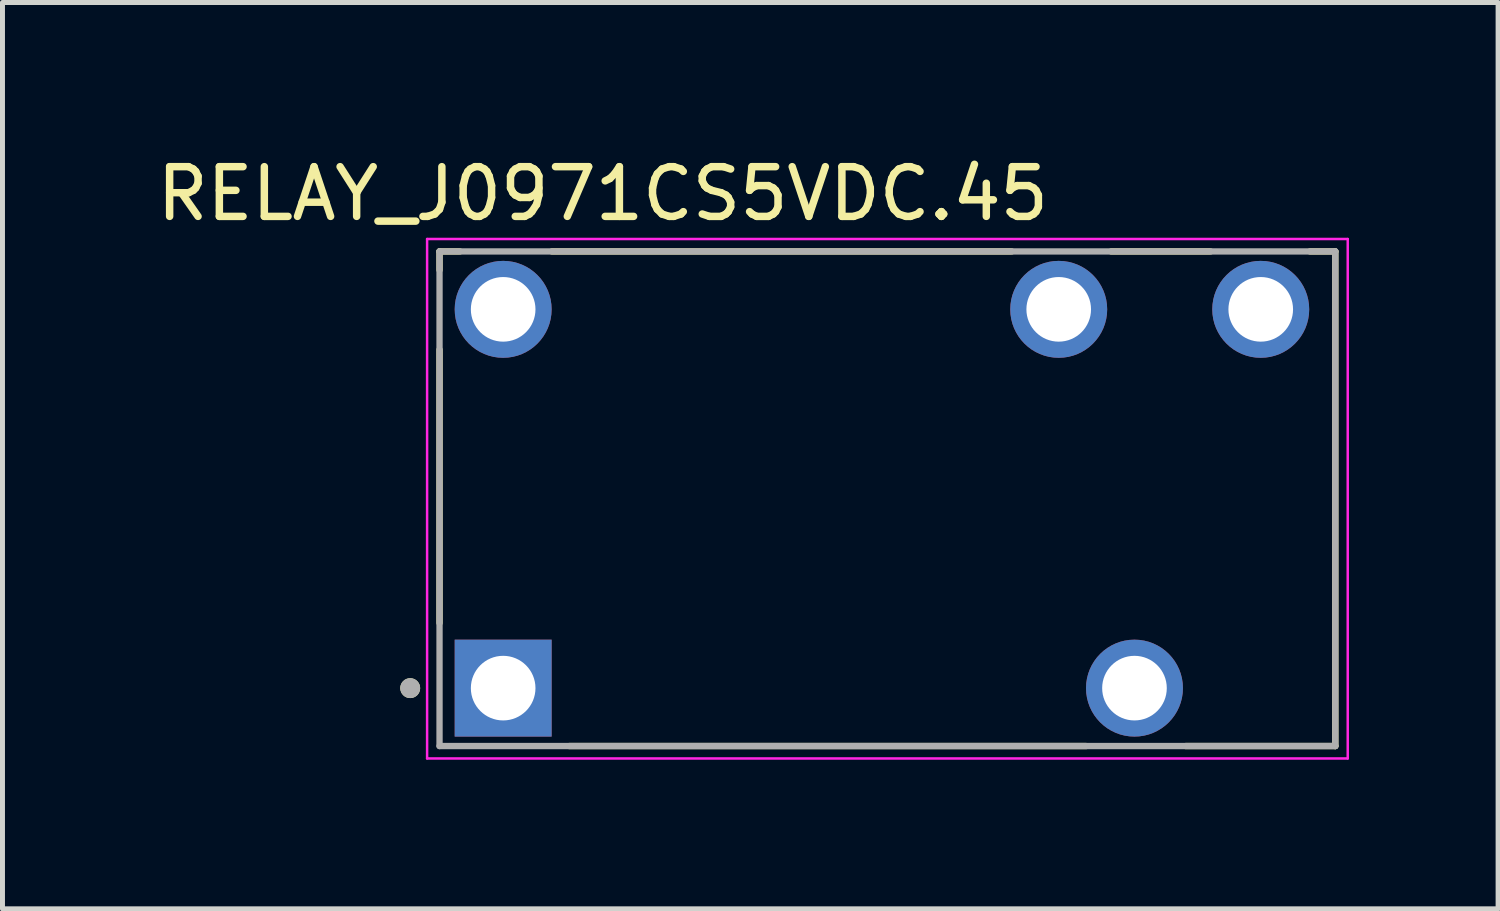
<source format=kicad_pcb>
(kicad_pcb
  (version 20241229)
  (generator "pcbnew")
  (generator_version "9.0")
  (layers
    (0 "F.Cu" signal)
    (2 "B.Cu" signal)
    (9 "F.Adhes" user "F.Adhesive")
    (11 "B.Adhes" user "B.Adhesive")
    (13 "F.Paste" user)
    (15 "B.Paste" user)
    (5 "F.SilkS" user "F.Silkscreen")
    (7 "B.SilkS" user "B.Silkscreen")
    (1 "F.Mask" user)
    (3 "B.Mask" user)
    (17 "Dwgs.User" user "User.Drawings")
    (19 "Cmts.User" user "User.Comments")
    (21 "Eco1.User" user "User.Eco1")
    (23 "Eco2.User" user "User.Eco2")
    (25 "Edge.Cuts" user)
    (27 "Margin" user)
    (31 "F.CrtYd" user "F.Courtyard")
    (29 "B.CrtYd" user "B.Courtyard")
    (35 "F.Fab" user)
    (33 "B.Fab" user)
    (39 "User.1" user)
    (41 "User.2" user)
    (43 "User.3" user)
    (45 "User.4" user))
  (footprint "RELAY_J0971CS5VDC.45"
    (layer "F.Cu")
    (at 14.802 6.983)
    (property "Reference" "RELAY_J0971CS5VDC.45" (at -5.725 -6.135 0) (layer "F.SilkS") (effects (font (size 1 1) (thickness 0.15))))
    (attr through_hole)
    (fp_line (start -9.01 -4.975) (end -9.01 -4.6) (stroke (width 0.127) (type solid)) (layer "F.SilkS"))
    (fp_line (start -9.01 -4.975) (end -8.6 -4.975) (stroke (width 0.127) (type solid)) (layer "F.SilkS"))
    (fp_line (start -9.01 -3) (end -9.01 2.5) (stroke (width 0.127) (type solid)) (layer "F.SilkS"))
    (fp_line (start -6.75 -4.975) (end 2.5 -4.975) (stroke (width 0.127) (type solid)) (layer "F.SilkS"))
    (fp_line (start -6.4 4.975) (end 4 4.975) (stroke (width 0.127) (type solid)) (layer "F.SilkS"))
    (fp_line (start 4.5 -4.975) (end 6.5 -4.975) (stroke (width 0.127) (type solid)) (layer "F.SilkS"))
    (fp_line (start 6 4.975) (end 9.01 4.975) (stroke (width 0.127) (type solid)) (layer "F.SilkS"))
    (fp_line (start 8.5 -4.975) (end 9.01 -4.975) (stroke (width 0.127) (type solid)) (layer "F.SilkS"))
    (fp_line (start 9.01 4.975) (end 9.01 -4.975) (stroke (width 0.127) (type solid)) (layer "F.SilkS"))
    (fp_circle (center -9.6 3.81) (end -9.5 3.81) (stroke (width 0.2) (type solid)) (fill no) (layer "F.SilkS"))
    (fp_line (start -9.26 -5.225) (end -9.26 5.225) (stroke (width 0.05) (type solid)) (layer "F.CrtYd"))
    (fp_line (start -9.26 5.225) (end 9.26 5.225) (stroke (width 0.05) (type solid)) (layer "F.CrtYd"))
    (fp_line (start 9.26 -5.225) (end -9.26 -5.225) (stroke (width 0.05) (type solid)) (layer "F.CrtYd"))
    (fp_line (start 9.26 5.225) (end 9.26 -5.225) (stroke (width 0.05) (type solid)) (layer "F.CrtYd"))
    (fp_line (start -9.01 -4.975) (end 9.01 -4.975) (stroke (width 0.127) (type solid)) (layer "F.Fab"))
    (fp_line (start -9.01 4.975) (end -9.01 -4.975) (stroke (width 0.127) (type solid)) (layer "F.Fab"))
    (fp_line (start 9.01 -4.975) (end 9.01 4.975) (stroke (width 0.127) (type solid)) (layer "F.Fab"))
    (fp_line (start 9.01 4.975) (end -9.01 4.975) (stroke (width 0.127) (type solid)) (layer "F.Fab"))
    (fp_circle (center -9.6 3.81) (end -9.5 3.81) (stroke (width 0.2) (type solid)) (fill no) (layer "F.Fab"))
    (pad "11" thru_hole circle (at 4.97 3.81) (size 1.95 1.95) (drill 1.3) (layers "*.Cu" "*.Mask"))
    (pad "12" thru_hole circle (at 3.446 -3.81) (size 1.95 1.95) (drill 1.3) (layers "*.Cu" "*.Mask"))
    (pad "14" thru_hole circle (at 7.51 -3.81) (size 1.95 1.95) (drill 1.3) (layers "*.Cu" "*.Mask"))
    (pad "A1" thru_hole rect (at -7.73 3.81) (size 1.95 1.95) (drill 1.3) (layers "*.Cu" "*.Mask"))
    (pad "A2" thru_hole circle (at -7.73 -3.81) (size 1.95 1.95) (drill 1.3) (layers "*.Cu" "*.Mask")))
  (gr_rect
    (start -3 -3)
    (end 27.087 15.233)
    (stroke (width 0.1) (type default))
    (fill no)
    (layer "Edge.Cuts")))
</source>
